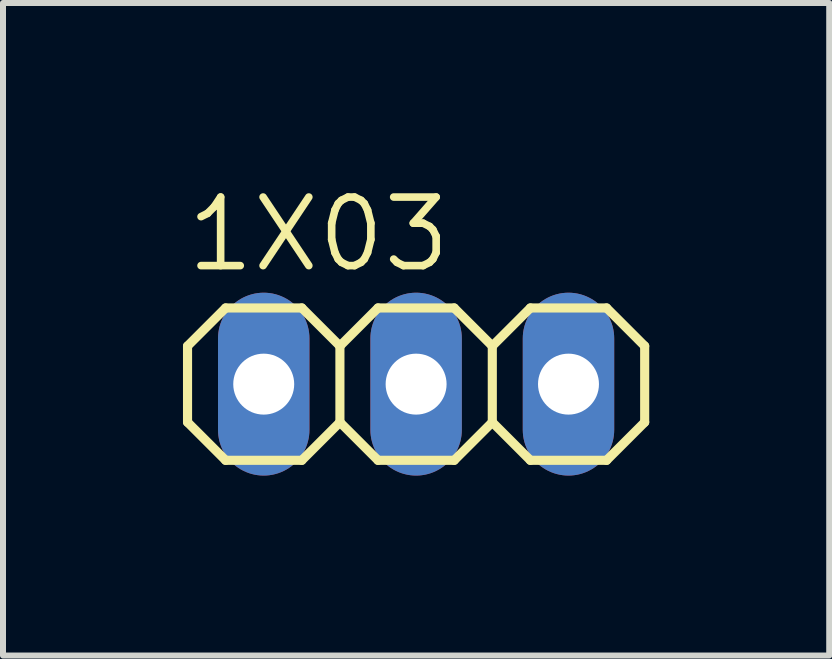
<source format=kicad_pcb>
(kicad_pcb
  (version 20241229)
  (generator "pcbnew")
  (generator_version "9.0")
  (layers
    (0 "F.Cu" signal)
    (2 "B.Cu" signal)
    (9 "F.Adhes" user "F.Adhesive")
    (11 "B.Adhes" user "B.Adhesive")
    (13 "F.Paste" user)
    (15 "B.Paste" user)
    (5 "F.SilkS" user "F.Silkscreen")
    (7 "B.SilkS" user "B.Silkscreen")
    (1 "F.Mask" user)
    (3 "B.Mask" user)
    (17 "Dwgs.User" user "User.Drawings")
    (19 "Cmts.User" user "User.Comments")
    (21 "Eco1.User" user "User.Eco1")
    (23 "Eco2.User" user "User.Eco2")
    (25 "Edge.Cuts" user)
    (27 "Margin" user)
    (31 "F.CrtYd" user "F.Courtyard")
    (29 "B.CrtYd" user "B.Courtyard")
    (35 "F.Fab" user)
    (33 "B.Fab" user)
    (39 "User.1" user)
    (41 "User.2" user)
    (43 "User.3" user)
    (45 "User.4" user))
  (footprint "1X03"
    (layer "F.Cu")
    (at 3.886 3.353)
    (property "Reference" "1X03" (at -3.886 -1.829 0) (layer "F.SilkS") (effects (font (size 1.143 1.143) (thickness 0.127)) (justify left bottom)))
    (fp_line (start -3.81 -0.635) (end -3.81 0.635) (stroke (width 0.152) (type solid)) (layer "F.SilkS"))
    (fp_line (start -3.81 0.635) (end -3.175 1.27) (stroke (width 0.152) (type solid)) (layer "F.SilkS"))
    (fp_line (start -3.175 -1.27) (end -3.81 -0.635) (stroke (width 0.152) (type solid)) (layer "F.SilkS"))
    (fp_line (start -3.175 -1.27) (end -1.905 -1.27) (stroke (width 0.152) (type solid)) (layer "F.SilkS"))
    (fp_line (start -1.905 -1.27) (end -1.27 -0.635) (stroke (width 0.152) (type solid)) (layer "F.SilkS"))
    (fp_line (start -1.905 1.27) (end -3.175 1.27) (stroke (width 0.152) (type solid)) (layer "F.SilkS"))
    (fp_line (start -1.27 -0.635) (end -1.27 0.635) (stroke (width 0.152) (type solid)) (layer "F.SilkS"))
    (fp_line (start -1.27 -0.635) (end -0.635 -1.27) (stroke (width 0.152) (type solid)) (layer "F.SilkS"))
    (fp_line (start -1.27 0.635) (end -1.905 1.27) (stroke (width 0.152) (type solid)) (layer "F.SilkS"))
    (fp_line (start -0.635 -1.27) (end 0.635 -1.27) (stroke (width 0.152) (type solid)) (layer "F.SilkS"))
    (fp_line (start -0.635 1.27) (end -1.27 0.635) (stroke (width 0.152) (type solid)) (layer "F.SilkS"))
    (fp_line (start 0.635 -1.27) (end 1.27 -0.635) (stroke (width 0.152) (type solid)) (layer "F.SilkS"))
    (fp_line (start 0.635 1.27) (end -0.635 1.27) (stroke (width 0.152) (type solid)) (layer "F.SilkS"))
    (fp_line (start 1.27 -0.635) (end 1.27 0.635) (stroke (width 0.152) (type solid)) (layer "F.SilkS"))
    (fp_line (start 1.27 -0.635) (end 1.905 -1.27) (stroke (width 0.152) (type solid)) (layer "F.SilkS"))
    (fp_line (start 1.27 0.635) (end 0.635 1.27) (stroke (width 0.152) (type solid)) (layer "F.SilkS"))
    (fp_line (start 1.905 -1.27) (end 3.175 -1.27) (stroke (width 0.152) (type solid)) (layer "F.SilkS"))
    (fp_line (start 1.905 1.27) (end 1.27 0.635) (stroke (width 0.152) (type solid)) (layer "F.SilkS"))
    (fp_line (start 3.175 -1.27) (end 3.81 -0.635) (stroke (width 0.152) (type solid)) (layer "F.SilkS"))
    (fp_line (start 3.175 1.27) (end 1.905 1.27) (stroke (width 0.152) (type solid)) (layer "F.SilkS"))
    (fp_line (start 3.81 -0.635) (end 3.81 0.635) (stroke (width 0.152) (type solid)) (layer "F.SilkS"))
    (fp_line (start 3.81 0.635) (end 3.175 1.27) (stroke (width 0.152) (type solid)) (layer "F.SilkS"))
    (fp_poly (pts (xy -2.794 0.254) (xy -2.286 0.254) (xy -2.286 -0.254) (xy -2.794 -0.254)) (stroke (width 0.1) (type solid)) (fill no) (layer "F.Fab"))
    (fp_poly (pts (xy -0.254 0.254) (xy 0.254 0.254) (xy 0.254 -0.254) (xy -0.254 -0.254)) (stroke (width 0.1) (type solid)) (fill no) (layer "F.Fab"))
    (fp_poly (pts (xy 2.286 0.254) (xy 2.794 0.254) (xy 2.794 -0.254) (xy 2.286 -0.254)) (stroke (width 0.1) (type solid)) (fill no) (layer "F.Fab"))
    (pad "1" thru_hole oval (at -2.54 0 90) (size 3.048 1.524) (drill 1.016) (layers "*.Cu" "*.Mask"))
    (pad "2" thru_hole oval (at 0 0 90) (size 3.048 1.524) (drill 1.016) (layers "*.Cu" "*.Mask"))
    (pad "3" thru_hole oval (at 2.54 0 90) (size 3.048 1.524) (drill 1.016) (layers "*.Cu" "*.Mask")))
  (gr_rect
    (start -3 -3)
    (end 10.772 7.877)
    (stroke (width 0.1) (type default))
    (fill no)
    (layer "Edge.Cuts")))
</source>
